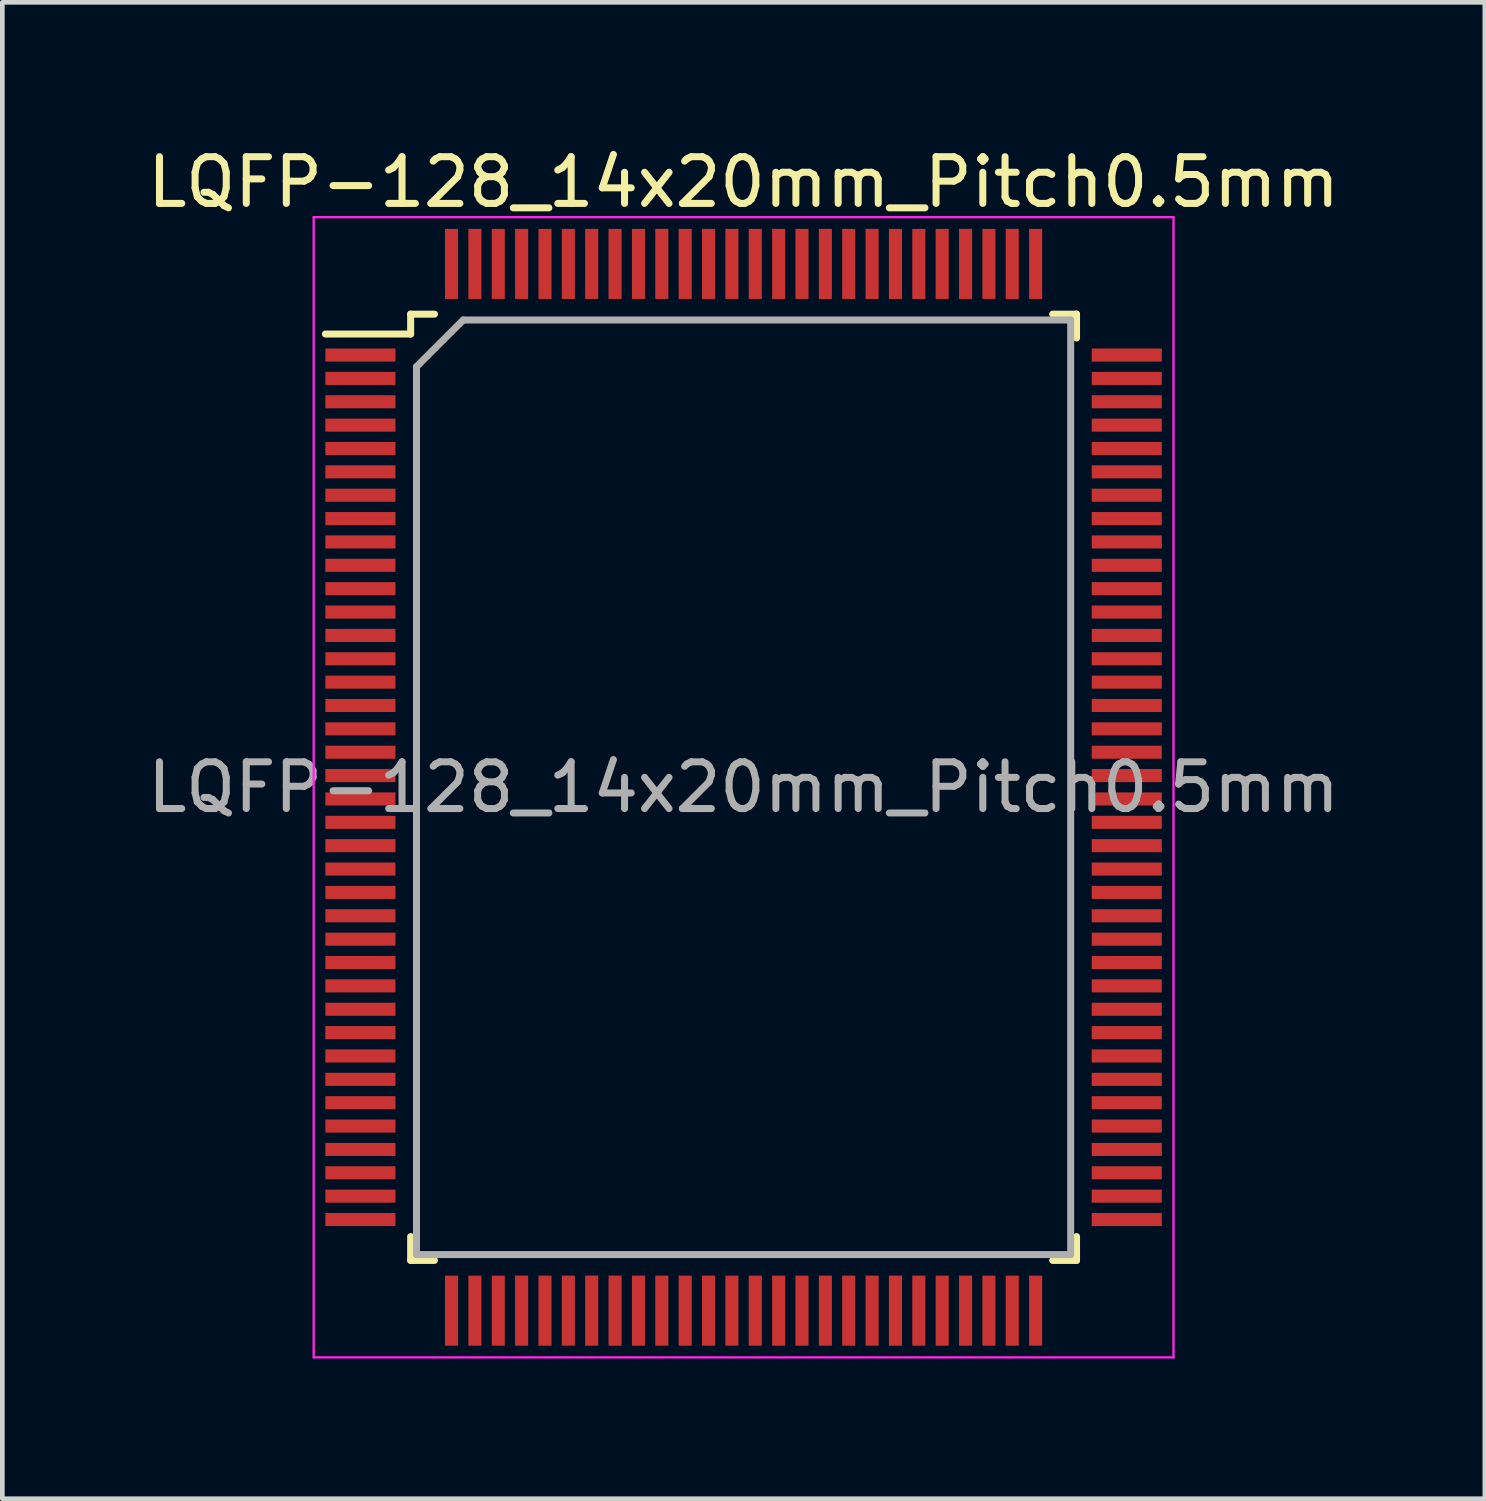
<source format=kicad_pcb>
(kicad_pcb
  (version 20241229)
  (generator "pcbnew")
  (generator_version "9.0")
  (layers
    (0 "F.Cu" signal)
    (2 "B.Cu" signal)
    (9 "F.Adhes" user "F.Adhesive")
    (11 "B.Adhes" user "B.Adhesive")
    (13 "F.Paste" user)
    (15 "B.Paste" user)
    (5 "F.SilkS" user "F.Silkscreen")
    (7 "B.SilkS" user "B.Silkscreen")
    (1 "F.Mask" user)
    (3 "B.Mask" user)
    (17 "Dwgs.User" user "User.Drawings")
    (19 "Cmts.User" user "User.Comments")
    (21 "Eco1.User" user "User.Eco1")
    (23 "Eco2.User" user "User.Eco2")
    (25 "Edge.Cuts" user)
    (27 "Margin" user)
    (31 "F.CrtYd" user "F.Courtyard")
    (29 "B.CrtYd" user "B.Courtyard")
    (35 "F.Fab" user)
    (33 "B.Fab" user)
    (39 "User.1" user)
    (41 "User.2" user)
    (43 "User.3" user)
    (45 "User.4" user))
  (footprint "LQFP-128_14x20mm_Pitch0.5mm"
    (layer "F.Cu")
    (at 12.863 13.798)
    (property "Reference" "LQFP-128_14x20mm_Pitch0.5mm" (at 0 -12.95 0) (layer "F.SilkS") (effects (font (size 1 1) (thickness 0.15))))
    (attr smd)
    (fp_line (start -7.125 -10.125) (end -7.125 -9.7) (stroke (width 0.15) (type solid)) (layer "F.SilkS"))
    (fp_line (start -7.125 -10.125) (end -6.615 -10.125) (stroke (width 0.15) (type solid)) (layer "F.SilkS"))
    (fp_line (start -7.125 -9.7) (end -8.95 -9.7) (stroke (width 0.15) (type solid)) (layer "F.SilkS"))
    (fp_line (start -7.125 10.125) (end -7.125 9.615) (stroke (width 0.15) (type solid)) (layer "F.SilkS"))
    (fp_line (start -7.125 10.125) (end -6.615 10.125) (stroke (width 0.15) (type solid)) (layer "F.SilkS"))
    (fp_line (start 7.125 -10.125) (end 6.615 -10.125) (stroke (width 0.15) (type solid)) (layer "F.SilkS"))
    (fp_line (start 7.125 -10.125) (end 7.125 -9.615) (stroke (width 0.15) (type solid)) (layer "F.SilkS"))
    (fp_line (start 7.125 10.125) (end 6.615 10.125) (stroke (width 0.15) (type solid)) (layer "F.SilkS"))
    (fp_line (start 7.125 10.125) (end 7.125 9.615) (stroke (width 0.15) (type solid)) (layer "F.SilkS"))
    (fp_line (start -9.2 -12.2) (end -9.2 12.2) (stroke (width 0.05) (type solid)) (layer "F.CrtYd"))
    (fp_line (start -9.2 -12.2) (end 9.2 -12.2) (stroke (width 0.05) (type solid)) (layer "F.CrtYd"))
    (fp_line (start -9.2 12.2) (end 9.2 12.2) (stroke (width 0.05) (type solid)) (layer "F.CrtYd"))
    (fp_line (start 9.2 -12.2) (end 9.2 12.2) (stroke (width 0.05) (type solid)) (layer "F.CrtYd"))
    (fp_line (start -7 -9) (end -6 -10) (stroke (width 0.15) (type solid)) (layer "F.Fab"))
    (fp_line (start -7 10) (end -7 -9) (stroke (width 0.15) (type solid)) (layer "F.Fab"))
    (fp_line (start -6 -10) (end 7 -10) (stroke (width 0.15) (type solid)) (layer "F.Fab"))
    (fp_line (start 7 -10) (end 7 10) (stroke (width 0.15) (type solid)) (layer "F.Fab"))
    (fp_line (start 7 10) (end -7 10) (stroke (width 0.15) (type solid)) (layer "F.Fab"))
    (fp_text user "${REFERENCE}" (at 0 0 0) (layer "F.Fab") (effects (font (size 1 1) (thickness 0.15))))
    (pad "1" smd rect (at -8.2 -9.25) (size 1.5 0.28) (layers "F.Cu" "F.Mask" "F.Paste"))
    (pad "2" smd rect (at -8.2 -8.75) (size 1.5 0.28) (layers "F.Cu" "F.Mask" "F.Paste"))
    (pad "3" smd rect (at -8.2 -8.25) (size 1.5 0.28) (layers "F.Cu" "F.Mask" "F.Paste"))
    (pad "4" smd rect (at -8.2 -7.75) (size 1.5 0.28) (layers "F.Cu" "F.Mask" "F.Paste"))
    (pad "5" smd rect (at -8.2 -7.25) (size 1.5 0.28) (layers "F.Cu" "F.Mask" "F.Paste"))
    (pad "6" smd rect (at -8.2 -6.75) (size 1.5 0.28) (layers "F.Cu" "F.Mask" "F.Paste"))
    (pad "7" smd rect (at -8.2 -6.25) (size 1.5 0.28) (layers "F.Cu" "F.Mask" "F.Paste"))
    (pad "8" smd rect (at -8.2 -5.75) (size 1.5 0.28) (layers "F.Cu" "F.Mask" "F.Paste"))
    (pad "9" smd rect (at -8.2 -5.25) (size 1.5 0.28) (layers "F.Cu" "F.Mask" "F.Paste"))
    (pad "10" smd rect (at -8.2 -4.75) (size 1.5 0.28) (layers "F.Cu" "F.Mask" "F.Paste"))
    (pad "11" smd rect (at -8.2 -4.25) (size 1.5 0.28) (layers "F.Cu" "F.Mask" "F.Paste"))
    (pad "12" smd rect (at -8.2 -3.75) (size 1.5 0.28) (layers "F.Cu" "F.Mask" "F.Paste"))
    (pad "13" smd rect (at -8.2 -3.25) (size 1.5 0.28) (layers "F.Cu" "F.Mask" "F.Paste"))
    (pad "14" smd rect (at -8.2 -2.75) (size 1.5 0.28) (layers "F.Cu" "F.Mask" "F.Paste"))
    (pad "15" smd rect (at -8.2 -2.25) (size 1.5 0.28) (layers "F.Cu" "F.Mask" "F.Paste"))
    (pad "16" smd rect (at -8.2 -1.75) (size 1.5 0.28) (layers "F.Cu" "F.Mask" "F.Paste"))
    (pad "17" smd rect (at -8.2 -1.25) (size 1.5 0.28) (layers "F.Cu" "F.Mask" "F.Paste"))
    (pad "18" smd rect (at -8.2 -0.75) (size 1.5 0.28) (layers "F.Cu" "F.Mask" "F.Paste"))
    (pad "19" smd rect (at -8.2 -0.25) (size 1.5 0.28) (layers "F.Cu" "F.Mask" "F.Paste"))
    (pad "20" smd rect (at -8.2 0.25) (size 1.5 0.28) (layers "F.Cu" "F.Mask" "F.Paste"))
    (pad "21" smd rect (at -8.2 0.75) (size 1.5 0.28) (layers "F.Cu" "F.Mask" "F.Paste"))
    (pad "22" smd rect (at -8.2 1.25) (size 1.5 0.28) (layers "F.Cu" "F.Mask" "F.Paste"))
    (pad "23" smd rect (at -8.2 1.75) (size 1.5 0.28) (layers "F.Cu" "F.Mask" "F.Paste"))
    (pad "24" smd rect (at -8.2 2.25) (size 1.5 0.28) (layers "F.Cu" "F.Mask" "F.Paste"))
    (pad "25" smd rect (at -8.2 2.75) (size 1.5 0.28) (layers "F.Cu" "F.Mask" "F.Paste"))
    (pad "26" smd rect (at -8.2 3.25) (size 1.5 0.28) (layers "F.Cu" "F.Mask" "F.Paste"))
    (pad "27" smd rect (at -8.2 3.75) (size 1.5 0.28) (layers "F.Cu" "F.Mask" "F.Paste"))
    (pad "28" smd rect (at -8.2 4.25) (size 1.5 0.28) (layers "F.Cu" "F.Mask" "F.Paste"))
    (pad "29" smd rect (at -8.2 4.75) (size 1.5 0.28) (layers "F.Cu" "F.Mask" "F.Paste"))
    (pad "30" smd rect (at -8.2 5.25) (size 1.5 0.28) (layers "F.Cu" "F.Mask" "F.Paste"))
    (pad "31" smd rect (at -8.2 5.75) (size 1.5 0.28) (layers "F.Cu" "F.Mask" "F.Paste"))
    (pad "32" smd rect (at -8.2 6.25) (size 1.5 0.28) (layers "F.Cu" "F.Mask" "F.Paste"))
    (pad "33" smd rect (at -8.2 6.75) (size 1.5 0.28) (layers "F.Cu" "F.Mask" "F.Paste"))
    (pad "34" smd rect (at -8.2 7.25) (size 1.5 0.28) (layers "F.Cu" "F.Mask" "F.Paste"))
    (pad "35" smd rect (at -8.2 7.75) (size 1.5 0.28) (layers "F.Cu" "F.Mask" "F.Paste"))
    (pad "36" smd rect (at -8.2 8.25) (size 1.5 0.28) (layers "F.Cu" "F.Mask" "F.Paste"))
    (pad "37" smd rect (at -8.2 8.75) (size 1.5 0.28) (layers "F.Cu" "F.Mask" "F.Paste"))
    (pad "38" smd rect (at -8.2 9.25) (size 1.5 0.28) (layers "F.Cu" "F.Mask" "F.Paste"))
    (pad "39" smd rect (at -6.25 11.2 90) (size 1.5 0.28) (layers "F.Cu" "F.Mask" "F.Paste"))
    (pad "40" smd rect (at -5.75 11.2 90) (size 1.5 0.28) (layers "F.Cu" "F.Mask" "F.Paste"))
    (pad "41" smd rect (at -5.25 11.2 90) (size 1.5 0.28) (layers "F.Cu" "F.Mask" "F.Paste"))
    (pad "42" smd rect (at -4.75 11.2 90) (size 1.5 0.28) (layers "F.Cu" "F.Mask" "F.Paste"))
    (pad "43" smd rect (at -4.25 11.2 90) (size 1.5 0.28) (layers "F.Cu" "F.Mask" "F.Paste"))
    (pad "44" smd rect (at -3.75 11.2 90) (size 1.5 0.28) (layers "F.Cu" "F.Mask" "F.Paste"))
    (pad "45" smd rect (at -3.25 11.2 90) (size 1.5 0.28) (layers "F.Cu" "F.Mask" "F.Paste"))
    (pad "46" smd rect (at -2.75 11.2 90) (size 1.5 0.28) (layers "F.Cu" "F.Mask" "F.Paste"))
    (pad "47" smd rect (at -2.25 11.2 90) (size 1.5 0.28) (layers "F.Cu" "F.Mask" "F.Paste"))
    (pad "48" smd rect (at -1.75 11.2 90) (size 1.5 0.28) (layers "F.Cu" "F.Mask" "F.Paste"))
    (pad "49" smd rect (at -1.25 11.2 90) (size 1.5 0.28) (layers "F.Cu" "F.Mask" "F.Paste"))
    (pad "50" smd rect (at -0.75 11.2 90) (size 1.5 0.28) (layers "F.Cu" "F.Mask" "F.Paste"))
    (pad "51" smd rect (at -0.25 11.2 90) (size 1.5 0.28) (layers "F.Cu" "F.Mask" "F.Paste"))
    (pad "52" smd rect (at 0.25 11.2 90) (size 1.5 0.28) (layers "F.Cu" "F.Mask" "F.Paste"))
    (pad "53" smd rect (at 0.75 11.2 90) (size 1.5 0.28) (layers "F.Cu" "F.Mask" "F.Paste"))
    (pad "54" smd rect (at 1.25 11.2 90) (size 1.5 0.28) (layers "F.Cu" "F.Mask" "F.Paste"))
    (pad "55" smd rect (at 1.75 11.2 90) (size 1.5 0.28) (layers "F.Cu" "F.Mask" "F.Paste"))
    (pad "56" smd rect (at 2.25 11.2 90) (size 1.5 0.28) (layers "F.Cu" "F.Mask" "F.Paste"))
    (pad "57" smd rect (at 2.75 11.2 90) (size 1.5 0.28) (layers "F.Cu" "F.Mask" "F.Paste"))
    (pad "58" smd rect (at 3.25 11.2 90) (size 1.5 0.28) (layers "F.Cu" "F.Mask" "F.Paste"))
    (pad "59" smd rect (at 3.75 11.2 90) (size 1.5 0.28) (layers "F.Cu" "F.Mask" "F.Paste"))
    (pad "60" smd rect (at 4.25 11.2 90) (size 1.5 0.28) (layers "F.Cu" "F.Mask" "F.Paste"))
    (pad "61" smd rect (at 4.75 11.2 90) (size 1.5 0.28) (layers "F.Cu" "F.Mask" "F.Paste"))
    (pad "62" smd rect (at 5.25 11.2 90) (size 1.5 0.28) (layers "F.Cu" "F.Mask" "F.Paste"))
    (pad "63" smd rect (at 5.75 11.2 90) (size 1.5 0.28) (layers "F.Cu" "F.Mask" "F.Paste"))
    (pad "64" smd rect (at 6.25 11.2 90) (size 1.5 0.28) (layers "F.Cu" "F.Mask" "F.Paste"))
    (pad "65" smd rect (at 8.2 9.25) (size 1.5 0.28) (layers "F.Cu" "F.Mask" "F.Paste"))
    (pad "66" smd rect (at 8.2 8.75) (size 1.5 0.28) (layers "F.Cu" "F.Mask" "F.Paste"))
    (pad "67" smd rect (at 8.2 8.25) (size 1.5 0.28) (layers "F.Cu" "F.Mask" "F.Paste"))
    (pad "68" smd rect (at 8.2 7.75) (size 1.5 0.28) (layers "F.Cu" "F.Mask" "F.Paste"))
    (pad "69" smd rect (at 8.2 7.25) (size 1.5 0.28) (layers "F.Cu" "F.Mask" "F.Paste"))
    (pad "70" smd rect (at 8.2 6.75) (size 1.5 0.28) (layers "F.Cu" "F.Mask" "F.Paste"))
    (pad "71" smd rect (at 8.2 6.25) (size 1.5 0.28) (layers "F.Cu" "F.Mask" "F.Paste"))
    (pad "72" smd rect (at 8.2 5.75) (size 1.5 0.28) (layers "F.Cu" "F.Mask" "F.Paste"))
    (pad "73" smd rect (at 8.2 5.25) (size 1.5 0.28) (layers "F.Cu" "F.Mask" "F.Paste"))
    (pad "74" smd rect (at 8.2 4.75) (size 1.5 0.28) (layers "F.Cu" "F.Mask" "F.Paste"))
    (pad "75" smd rect (at 8.2 4.25) (size 1.5 0.28) (layers "F.Cu" "F.Mask" "F.Paste"))
    (pad "76" smd rect (at 8.2 3.75) (size 1.5 0.28) (layers "F.Cu" "F.Mask" "F.Paste"))
    (pad "77" smd rect (at 8.2 3.25) (size 1.5 0.28) (layers "F.Cu" "F.Mask" "F.Paste"))
    (pad "78" smd rect (at 8.2 2.75) (size 1.5 0.28) (layers "F.Cu" "F.Mask" "F.Paste"))
    (pad "79" smd rect (at 8.2 2.25) (size 1.5 0.28) (layers "F.Cu" "F.Mask" "F.Paste"))
    (pad "80" smd rect (at 8.2 1.75) (size 1.5 0.28) (layers "F.Cu" "F.Mask" "F.Paste"))
    (pad "81" smd rect (at 8.2 1.25) (size 1.5 0.28) (layers "F.Cu" "F.Mask" "F.Paste"))
    (pad "82" smd rect (at 8.2 0.75) (size 1.5 0.28) (layers "F.Cu" "F.Mask" "F.Paste"))
    (pad "83" smd rect (at 8.2 0.25) (size 1.5 0.28) (layers "F.Cu" "F.Mask" "F.Paste"))
    (pad "84" smd rect (at 8.2 -0.25) (size 1.5 0.28) (layers "F.Cu" "F.Mask" "F.Paste"))
    (pad "85" smd rect (at 8.2 -0.75) (size 1.5 0.28) (layers "F.Cu" "F.Mask" "F.Paste"))
    (pad "86" smd rect (at 8.2 -1.25) (size 1.5 0.28) (layers "F.Cu" "F.Mask" "F.Paste"))
    (pad "87" smd rect (at 8.2 -1.75) (size 1.5 0.28) (layers "F.Cu" "F.Mask" "F.Paste"))
    (pad "88" smd rect (at 8.2 -2.25) (size 1.5 0.28) (layers "F.Cu" "F.Mask" "F.Paste"))
    (pad "89" smd rect (at 8.2 -2.75) (size 1.5 0.28) (layers "F.Cu" "F.Mask" "F.Paste"))
    (pad "90" smd rect (at 8.2 -3.25) (size 1.5 0.28) (layers "F.Cu" "F.Mask" "F.Paste"))
    (pad "91" smd rect (at 8.2 -3.75) (size 1.5 0.28) (layers "F.Cu" "F.Mask" "F.Paste"))
    (pad "92" smd rect (at 8.2 -4.25) (size 1.5 0.28) (layers "F.Cu" "F.Mask" "F.Paste"))
    (pad "93" smd rect (at 8.2 -4.75) (size 1.5 0.28) (layers "F.Cu" "F.Mask" "F.Paste"))
    (pad "94" smd rect (at 8.2 -5.25) (size 1.5 0.28) (layers "F.Cu" "F.Mask" "F.Paste"))
    (pad "95" smd rect (at 8.2 -5.75) (size 1.5 0.28) (layers "F.Cu" "F.Mask" "F.Paste"))
    (pad "96" smd rect (at 8.2 -6.25) (size 1.5 0.28) (layers "F.Cu" "F.Mask" "F.Paste"))
    (pad "97" smd rect (at 8.2 -6.75) (size 1.5 0.28) (layers "F.Cu" "F.Mask" "F.Paste"))
    (pad "98" smd rect (at 8.2 -7.25) (size 1.5 0.28) (layers "F.Cu" "F.Mask" "F.Paste"))
    (pad "99" smd rect (at 8.2 -7.75) (size 1.5 0.28) (layers "F.Cu" "F.Mask" "F.Paste"))
    (pad "100" smd rect (at 8.2 -8.25) (size 1.5 0.28) (layers "F.Cu" "F.Mask" "F.Paste"))
    (pad "101" smd rect (at 8.2 -8.75) (size 1.5 0.28) (layers "F.Cu" "F.Mask" "F.Paste"))
    (pad "102" smd rect (at 8.2 -9.25) (size 1.5 0.28) (layers "F.Cu" "F.Mask" "F.Paste"))
    (pad "103" smd rect (at 6.25 -11.2 90) (size 1.5 0.28) (layers "F.Cu" "F.Mask" "F.Paste"))
    (pad "104" smd rect (at 5.75 -11.2 90) (size 1.5 0.28) (layers "F.Cu" "F.Mask" "F.Paste"))
    (pad "105" smd rect (at 5.25 -11.2 90) (size 1.5 0.28) (layers "F.Cu" "F.Mask" "F.Paste"))
    (pad "106" smd rect (at 4.75 -11.2 90) (size 1.5 0.28) (layers "F.Cu" "F.Mask" "F.Paste"))
    (pad "107" smd rect (at 4.25 -11.2 90) (size 1.5 0.28) (layers "F.Cu" "F.Mask" "F.Paste"))
    (pad "108" smd rect (at 3.75 -11.2 90) (size 1.5 0.28) (layers "F.Cu" "F.Mask" "F.Paste"))
    (pad "109" smd rect (at 3.25 -11.2 90) (size 1.5 0.28) (layers "F.Cu" "F.Mask" "F.Paste"))
    (pad "110" smd rect (at 2.75 -11.2 90) (size 1.5 0.28) (layers "F.Cu" "F.Mask" "F.Paste"))
    (pad "111" smd rect (at 2.25 -11.2 90) (size 1.5 0.28) (layers "F.Cu" "F.Mask" "F.Paste"))
    (pad "112" smd rect (at 1.75 -11.2 90) (size 1.5 0.28) (layers "F.Cu" "F.Mask" "F.Paste"))
    (pad "113" smd rect (at 1.25 -11.2 90) (size 1.5 0.28) (layers "F.Cu" "F.Mask" "F.Paste"))
    (pad "114" smd rect (at 0.75 -11.2 90) (size 1.5 0.28) (layers "F.Cu" "F.Mask" "F.Paste"))
    (pad "115" smd rect (at 0.25 -11.2 90) (size 1.5 0.28) (layers "F.Cu" "F.Mask" "F.Paste"))
    (pad "116" smd rect (at -0.25 -11.2 90) (size 1.5 0.28) (layers "F.Cu" "F.Mask" "F.Paste"))
    (pad "117" smd rect (at -0.75 -11.2 90) (size 1.5 0.28) (layers "F.Cu" "F.Mask" "F.Paste"))
    (pad "118" smd rect (at -1.25 -11.2 90) (size 1.5 0.28) (layers "F.Cu" "F.Mask" "F.Paste"))
    (pad "119" smd rect (at -1.75 -11.2 90) (size 1.5 0.28) (layers "F.Cu" "F.Mask" "F.Paste"))
    (pad "120" smd rect (at -2.25 -11.2 90) (size 1.5 0.28) (layers "F.Cu" "F.Mask" "F.Paste"))
    (pad "121" smd rect (at -2.75 -11.2 90) (size 1.5 0.28) (layers "F.Cu" "F.Mask" "F.Paste"))
    (pad "122" smd rect (at -3.25 -11.2 90) (size 1.5 0.28) (layers "F.Cu" "F.Mask" "F.Paste"))
    (pad "123" smd rect (at -3.75 -11.2 90) (size 1.5 0.28) (layers "F.Cu" "F.Mask" "F.Paste"))
    (pad "124" smd rect (at -4.25 -11.2 90) (size 1.5 0.28) (layers "F.Cu" "F.Mask" "F.Paste"))
    (pad "125" smd rect (at -4.75 -11.2 90) (size 1.5 0.28) (layers "F.Cu" "F.Mask" "F.Paste"))
    (pad "126" smd rect (at -5.25 -11.2 90) (size 1.5 0.28) (layers "F.Cu" "F.Mask" "F.Paste"))
    (pad "127" smd rect (at -5.75 -11.2 90) (size 1.5 0.28) (layers "F.Cu" "F.Mask" "F.Paste"))
    (pad "128" smd rect (at -6.25 -11.2 90) (size 1.5 0.28) (layers "F.Cu" "F.Mask" "F.Paste")))
  (gr_rect
    (start -3 -3)
    (end 28.726 29.023)
    (stroke (width 0.1) (type default))
    (fill no)
    (layer "Edge.Cuts")))
</source>
